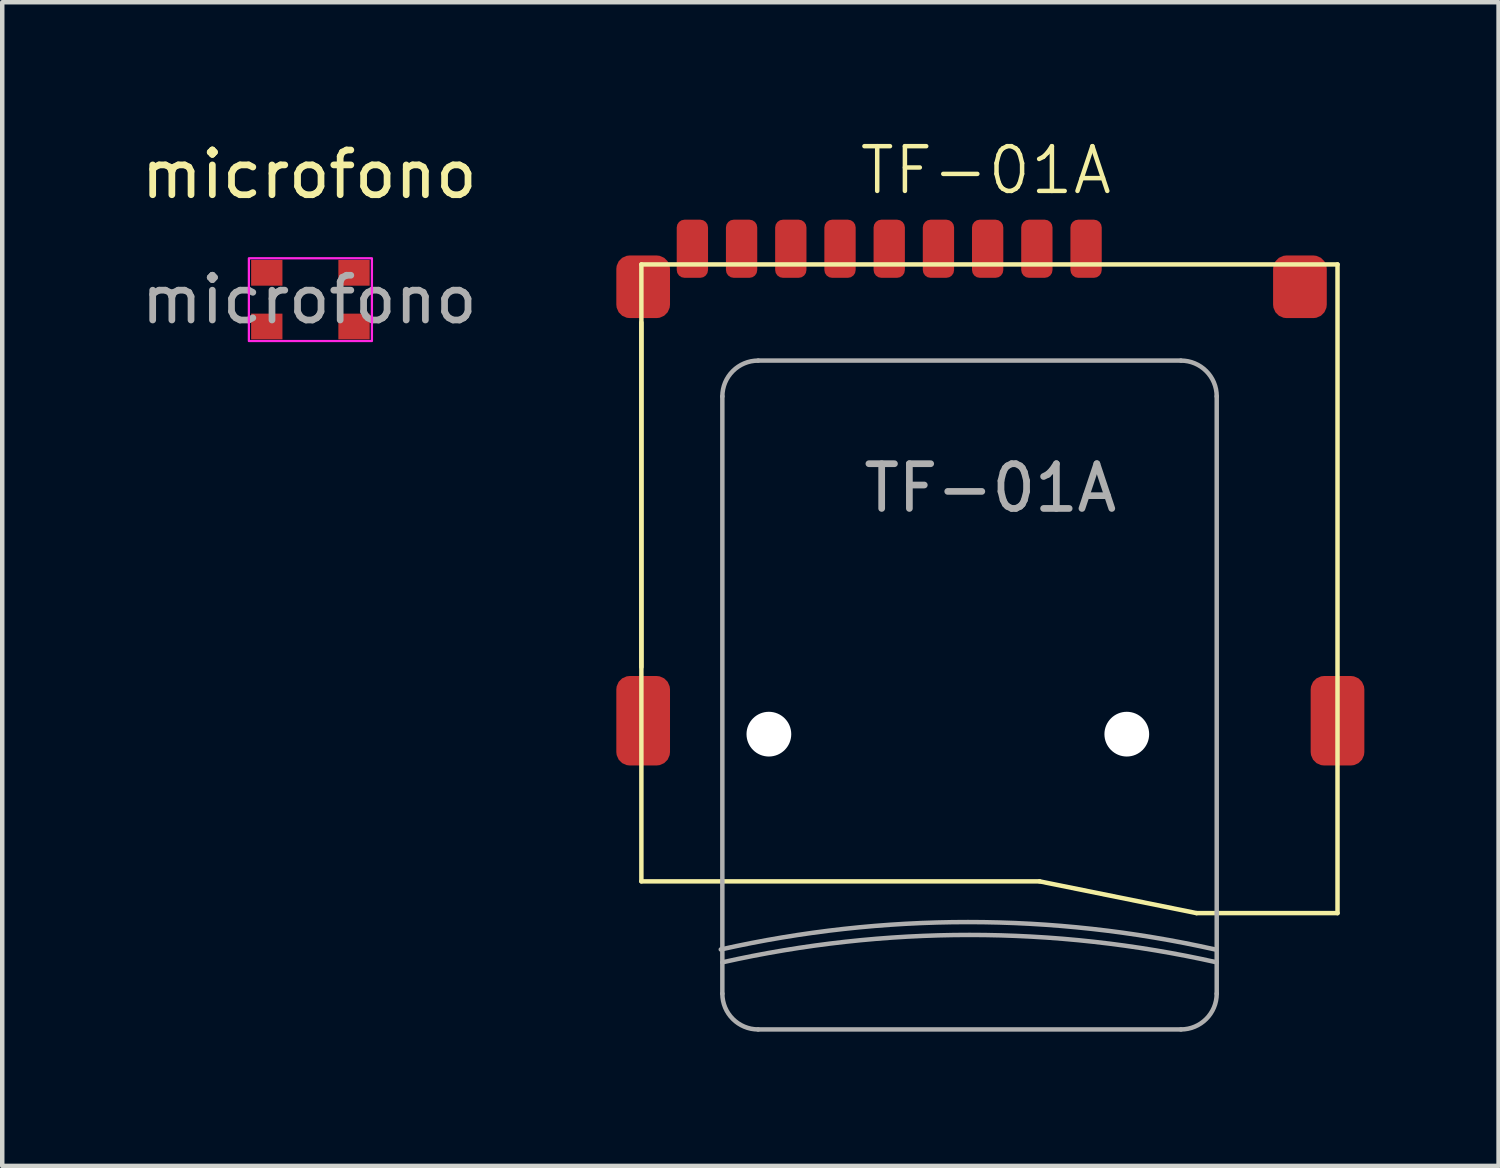
<source format=kicad_pcb>
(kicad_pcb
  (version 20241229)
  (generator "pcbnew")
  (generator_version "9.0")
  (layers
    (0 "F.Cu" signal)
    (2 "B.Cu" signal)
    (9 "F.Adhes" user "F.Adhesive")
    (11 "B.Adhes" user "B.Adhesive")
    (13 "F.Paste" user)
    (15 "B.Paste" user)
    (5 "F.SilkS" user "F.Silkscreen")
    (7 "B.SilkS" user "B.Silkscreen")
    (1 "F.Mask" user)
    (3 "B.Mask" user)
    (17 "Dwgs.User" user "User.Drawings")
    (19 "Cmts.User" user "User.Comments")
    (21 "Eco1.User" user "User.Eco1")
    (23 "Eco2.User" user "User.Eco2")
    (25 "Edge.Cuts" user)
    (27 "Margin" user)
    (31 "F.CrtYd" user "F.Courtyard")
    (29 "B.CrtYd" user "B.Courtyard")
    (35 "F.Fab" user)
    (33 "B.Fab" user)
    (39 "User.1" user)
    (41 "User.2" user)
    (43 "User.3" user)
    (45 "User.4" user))
  (footprint "microfono"
    (layer "F.Cu")
    (at 3.863 3.648)
    (property "Reference" "microfono" (at 0 -2.8 0) (layer "F.SilkS") (effects (font (size 1 1) (thickness 0.15))))
    (attr smd)
    (fp_rect (start -1.35 -0.925) (end 1.4 0.925) (stroke (width 0.05) (type default)) (fill no) (layer "F.CrtYd"))
    (fp_text user "${REFERENCE}" (at 0 0 0) (layer "F.Fab") (effects (font (size 1 1) (thickness 0.15))))
    (pad "1" smd rect (at -0.95 -0.6) (size 0.7 0.575) (layers "F.Cu" "F.Mask" "F.Paste"))
    (pad "2" smd rect (at 1 -0.6) (size 0.7 0.575) (layers "F.Cu" "F.Mask" "F.Paste"))
    (pad "3" smd rect (at 1 0.6) (size 0.7 0.575) (layers "F.Cu" "F.Mask" "F.Paste"))
    (pad "4" smd rect (at -0.95 0.6) (size 0.7 0.575) (layers "F.Cu" "F.Mask" "F.Paste")))
  (footprint "TF-01A"
    (layer "F.Cu")
    (at 19.086 13.06)
    (property "Reference" "TF-01A" (at -0.1 -12.3 0) (unlocked yes) (layer "F.SilkS") (effects (font (size 1 1) (thickness 0.1))))
    (attr smd)
    (fp_line (start -7.8 -10.2) (end -7.8 3.59) (stroke (width 0.1) (type default)) (layer "F.SilkS"))
    (fp_line (start -7.8 -8.9) (end -7.8 -1.2) (stroke (width 0.1) (type default)) (layer "F.SilkS"))
    (fp_line (start -7.8 3.59) (end 1.1 3.59) (stroke (width 0.1) (type default)) (layer "F.SilkS"))
    (fp_line (start 1.1 3.59) (end 4.61 4.3) (stroke (width 0.1) (type default)) (layer "F.SilkS"))
    (fp_line (start 7.76 -10.2) (end -7.8 -10.2) (stroke (width 0.1) (type default)) (layer "F.SilkS"))
    (fp_line (start 7.76 -10.2) (end 7.76 4.3) (stroke (width 0.1) (type default)) (layer "F.SilkS"))
    (fp_line (start 7.76 4.3) (end 4.61 4.3) (stroke (width 0.1) (type default)) (layer "F.SilkS"))
    (fp_line (start -5.99 6.1) (end -5.99 -7.25) (stroke (width 0.1) (type default)) (layer "F.Fab"))
    (fp_line (start -5.19 -8.05) (end 4.26 -8.05) (stroke (width 0.1) (type default)) (layer "F.Fab"))
    (fp_line (start 4.26 6.9) (end -5.19 6.9) (stroke (width 0.1) (type default)) (layer "F.Fab"))
    (fp_line (start 5.06 -7.25) (end 5.06 6.1) (stroke (width 0.1) (type default)) (layer "F.Fab"))
    (fp_arc (start -6.025 5.112406) (mid -0.5 4.5) (end 5.025 5.112406) (stroke (width 0.1) (type default)) (layer "F.Fab"))
    (fp_arc (start -5.99 -7.25) (mid -5.755685 -7.815685) (end -5.19 -8.05) (stroke (width 0.1) (type default)) (layer "F.Fab"))
    (fp_arc (start -5.99 5.4) (mid -0.465 4.787594) (end 5.06 5.4) (stroke (width 0.1) (type default)) (layer "F.Fab"))
    (fp_arc (start -5.19 6.9) (mid -5.755685 6.665685) (end -5.99 6.1) (stroke (width 0.1) (type default)) (layer "F.Fab"))
    (fp_arc (start 4.26 -8.05) (mid 4.825685 -7.815685) (end 5.06 -7.25) (stroke (width 0.1) (type default)) (layer "F.Fab"))
    (fp_arc (start 5.06 6.1) (mid 4.825685 6.665685) (end 4.26 6.9) (stroke (width 0.1) (type default)) (layer "F.Fab"))
    (fp_text user "${REFERENCE}" (at 0 -5.2 0) (unlocked yes) (layer "F.Fab") (effects (font (size 1 1) (thickness 0.15))))
    (pad "" np_thru_hole circle (at -4.95 0.3 90) (size 1 1) (drill 1) (layers "*.Cu" "*.Mask"))
    (pad "" np_thru_hole circle (at 3.05 0.3 90) (size 1 1) (drill 1) (layers "*.Cu" "*.Mask"))
    (pad "1" smd roundrect (at 2.14 -10.55 90) (size 1.3 0.7) (layers "F.Cu" "F.Mask" "F.Paste") (roundrect_rratio 0.25))
    (pad "2" smd roundrect (at 1.04 -10.55 90) (size 1.3 0.7) (layers "F.Cu" "F.Mask" "F.Paste") (roundrect_rratio 0.25))
    (pad "3" smd roundrect (at -0.06 -10.55 90) (size 1.3 0.7) (layers "F.Cu" "F.Mask" "F.Paste") (roundrect_rratio 0.25))
    (pad "4" smd roundrect (at -1.16 -10.55 90) (size 1.3 0.7) (layers "F.Cu" "F.Mask" "F.Paste") (roundrect_rratio 0.25))
    (pad "5" smd roundrect (at -2.26 -10.55 90) (size 1.3 0.7) (layers "F.Cu" "F.Mask" "F.Paste") (roundrect_rratio 0.25))
    (pad "6" smd roundrect (at -3.36 -10.55 90) (size 1.3 0.7) (layers "F.Cu" "F.Mask" "F.Paste") (roundrect_rratio 0.25))
    (pad "7" smd roundrect (at -4.46 -10.55 90) (size 1.3 0.7) (layers "F.Cu" "F.Mask" "F.Paste") (roundrect_rratio 0.25))
    (pad "8" smd roundrect (at -5.56 -10.55 90) (size 1.3 0.7) (layers "F.Cu" "F.Mask" "F.Paste") (roundrect_rratio 0.25))
    (pad "9" smd roundrect (at -6.66 -10.55 90) (size 1.3 0.7) (layers "F.Cu" "F.Mask" "F.Paste") (roundrect_rratio 0.25))
    (pad "10" smd roundrect (at -7.76 -9.7 90) (size 1.4 1.2) (layers "F.Cu" "F.Mask" "F.Paste") (roundrect_rratio 0.25))
    (pad "10" smd roundrect (at -7.76 0 90) (size 2 1.2) (layers "F.Cu" "F.Mask" "F.Paste") (roundrect_rratio 0.25))
    (pad "10" smd roundrect (at 6.92 -9.7 90) (size 1.4 1.2) (layers "F.Cu" "F.Mask" "F.Paste") (roundrect_rratio 0.25))
    (pad "10" smd roundrect (at 7.76 0 90) (size 2 1.2) (layers "F.Cu" "F.Mask" "F.Paste") (roundrect_rratio 0.25)))
  (gr_rect
    (start -3 -3)
    (end 30.446 23.011)
    (stroke (width 0.1) (type default))
    (fill no)
    (layer "Edge.Cuts")))
</source>
